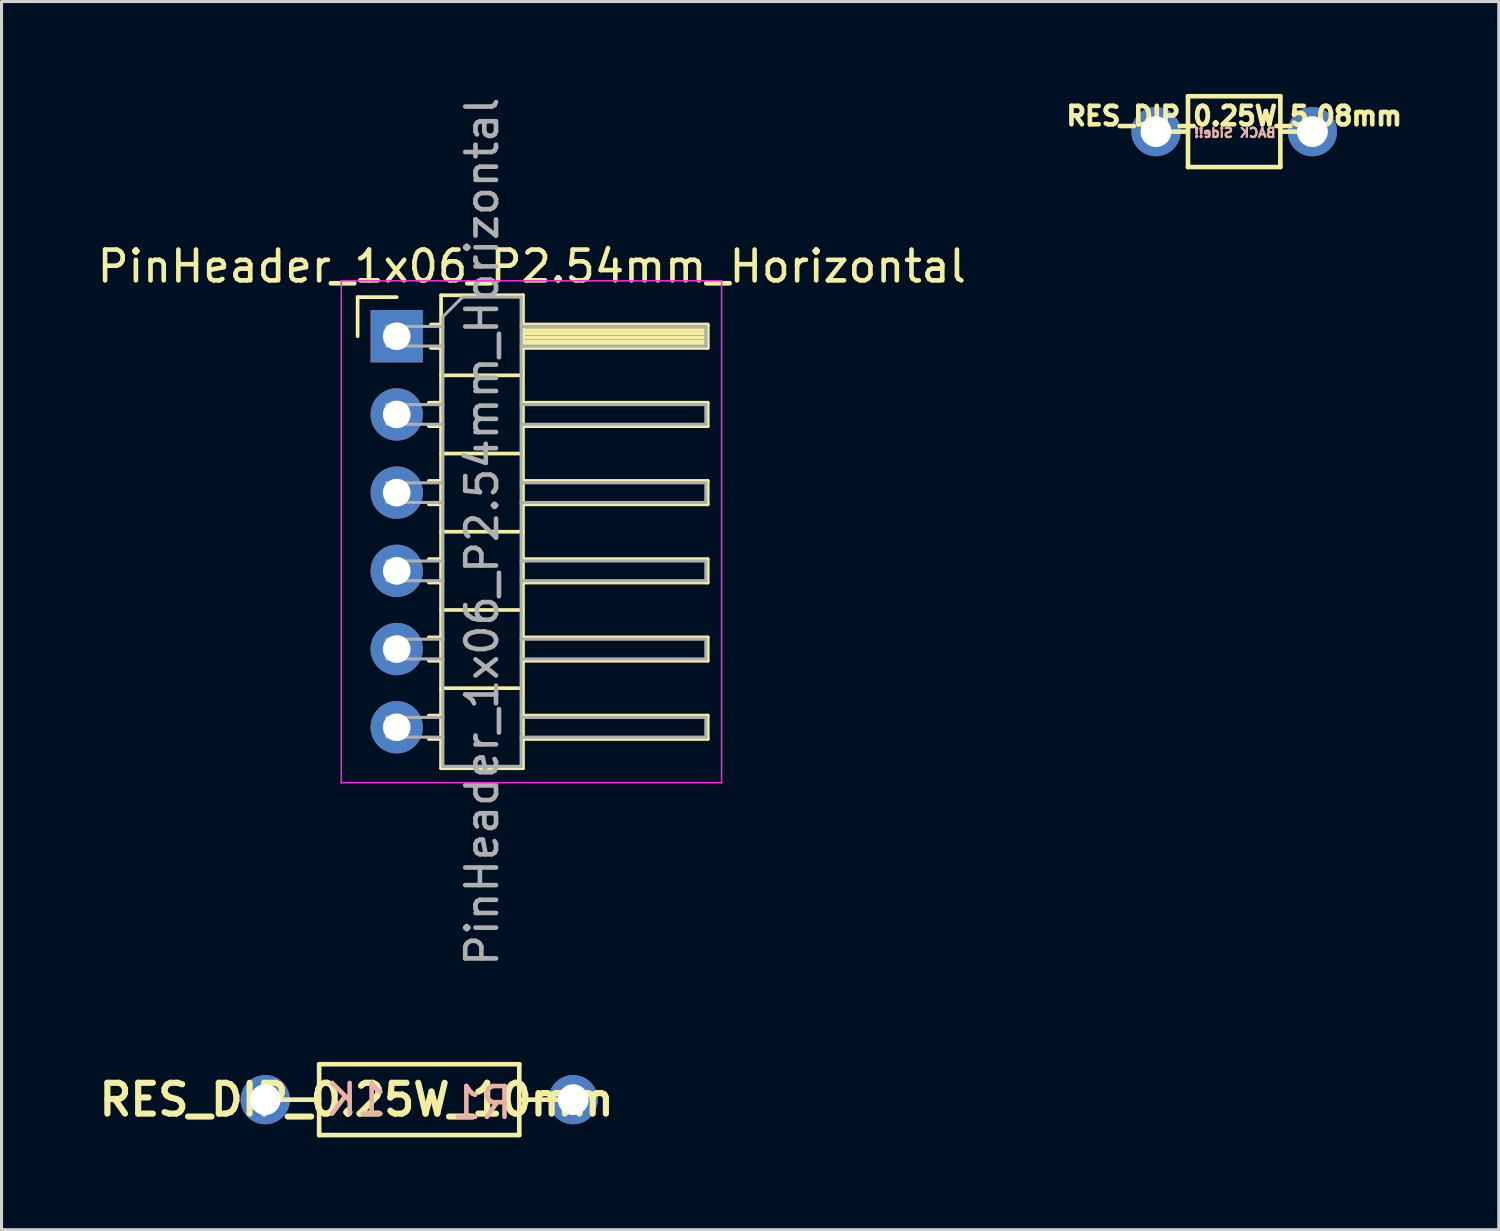
<source format=kicad_pcb>
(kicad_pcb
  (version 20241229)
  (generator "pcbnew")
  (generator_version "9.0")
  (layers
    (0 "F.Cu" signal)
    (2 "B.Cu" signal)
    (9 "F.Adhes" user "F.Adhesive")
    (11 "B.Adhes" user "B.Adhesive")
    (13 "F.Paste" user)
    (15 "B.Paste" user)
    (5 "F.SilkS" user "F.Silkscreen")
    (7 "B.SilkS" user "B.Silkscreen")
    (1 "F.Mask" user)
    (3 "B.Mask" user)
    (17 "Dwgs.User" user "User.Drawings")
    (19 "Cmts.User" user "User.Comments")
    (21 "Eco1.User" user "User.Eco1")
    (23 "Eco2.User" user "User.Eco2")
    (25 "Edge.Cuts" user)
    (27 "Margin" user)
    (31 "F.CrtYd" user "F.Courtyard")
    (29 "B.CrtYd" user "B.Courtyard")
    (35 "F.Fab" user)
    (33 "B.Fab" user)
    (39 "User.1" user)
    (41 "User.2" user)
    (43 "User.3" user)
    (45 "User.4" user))
  (footprint "RES_DIP_0.25W_5.08mm"
    (layer "F.Cu")
    (at 37.034 1.225)
    (property "Reference" "RES_DIP_0.25W_5.08mm" (at 0 -0.508 0) (layer "F.SilkS") (effects (font (size 0.6 0.6) (thickness 0.15))))
    (attr through_hole)
    (fp_line (start -1.5 -1.15) (end -1.5 1.15) (stroke (width 0.15) (type solid)) (layer "F.SilkS"))
    (fp_line (start -1.5 -1.15) (end 1.5 -1.15) (stroke (width 0.15) (type solid)) (layer "F.SilkS"))
    (fp_line (start -1.5 0) (end -2.54 0) (stroke (width 0.15) (type solid)) (layer "F.SilkS"))
    (fp_line (start 1.5 -1.15) (end 1.5 1.15) (stroke (width 0.15) (type solid)) (layer "F.SilkS"))
    (fp_line (start 1.5 1.15) (end -1.5 1.15) (stroke (width 0.15) (type solid)) (layer "F.SilkS"))
    (fp_line (start 2.54 0) (end 1.5 0) (stroke (width 0.15) (type solid)) (layer "F.SilkS"))
    (fp_text user "BACK Side!!" (at 0.025 0.038 0) (unlocked yes) (layer "B.SilkS") (effects (font (size 0.3 0.3) (thickness 0.075)) (justify mirror)))
    (pad "1" thru_hole circle (at -2.54 0) (size 1.6 1.6) (drill 1) (layers "*.Cu" "*.Mask"))
    (pad "2" thru_hole circle (at 2.54 0) (size 1.6 1.6) (drill 1) (layers "*.Cu" "*.Mask")))
  (footprint "RES_DIP_0.25W_10mm"
    (layer "F.Cu")
    (at 10.565 32.665)
    (property "Reference" "RES_DIP_0.25W_10mm" (at -2.032 0 0) (layer "F.SilkS") (effects (font (size 1 1) (thickness 0.2))))
    (attr through_hole)
    (fp_line (start -3.25 -1.15) (end -3.25 1.15) (stroke (width 0.15) (type solid)) (layer "F.SilkS"))
    (fp_line (start -3.25 -1.15) (end 3.25 -1.15) (stroke (width 0.15) (type solid)) (layer "F.SilkS"))
    (fp_line (start -3.25 0) (end -5 0) (stroke (width 0.15) (type solid)) (layer "F.SilkS"))
    (fp_line (start 3.25 -1.15) (end 3.25 1.15) (stroke (width 0.15) (type solid)) (layer "F.SilkS"))
    (fp_line (start 3.25 1.15) (end -3.25 1.15) (stroke (width 0.15) (type solid)) (layer "F.SilkS"))
    (fp_line (start 5 0) (end 3.25 0) (stroke (width 0.15) (type solid)) (layer "F.SilkS"))
    (fp_text user "R1" (at 2.032 0.102 0) (layer "B.SilkS") (effects (font (size 1 1) (thickness 0.15)) (justify mirror)))
    (fp_text user "1K" (at -2.045 0 0) (layer "B.SilkS") (effects (font (size 1 1) (thickness 0.15)) (justify mirror)))
    (pad "1" thru_hole circle (at -5 0) (size 1.6 1.6) (drill 1) (layers "*.Cu" "*.Mask"))
    (pad "2" thru_hole circle (at 5 0) (size 1.6 1.6) (drill 1) (layers "*.Cu" "*.Mask")))
  (footprint "PinHeader_1x06_P2.54mm_Horizontal"
    (layer "F.Cu")
    (at 9.835 7.87)
    (property "Reference" "PinHeader_1x06_P2.54mm_Horizontal" (at 4.385 -2.27 0) (layer "F.SilkS") (effects (font (size 1 1) (thickness 0.15))))
    (attr through_hole)
    (fp_line (start -1.27 -1.27) (end 0 -1.27) (stroke (width 0.12) (type solid)) (layer "F.SilkS"))
    (fp_line (start -1.27 0) (end -1.27 -1.27) (stroke (width 0.12) (type solid)) (layer "F.SilkS"))
    (fp_line (start 1.043 2.16) (end 1.44 2.16) (stroke (width 0.12) (type solid)) (layer "F.SilkS"))
    (fp_line (start 1.043 2.92) (end 1.44 2.92) (stroke (width 0.12) (type solid)) (layer "F.SilkS"))
    (fp_line (start 1.043 4.7) (end 1.44 4.7) (stroke (width 0.12) (type solid)) (layer "F.SilkS"))
    (fp_line (start 1.043 5.46) (end 1.44 5.46) (stroke (width 0.12) (type solid)) (layer "F.SilkS"))
    (fp_line (start 1.043 7.24) (end 1.44 7.24) (stroke (width 0.12) (type solid)) (layer "F.SilkS"))
    (fp_line (start 1.043 8) (end 1.44 8) (stroke (width 0.12) (type solid)) (layer "F.SilkS"))
    (fp_line (start 1.043 9.78) (end 1.44 9.78) (stroke (width 0.12) (type solid)) (layer "F.SilkS"))
    (fp_line (start 1.043 10.54) (end 1.44 10.54) (stroke (width 0.12) (type solid)) (layer "F.SilkS"))
    (fp_line (start 1.043 12.32) (end 1.44 12.32) (stroke (width 0.12) (type solid)) (layer "F.SilkS"))
    (fp_line (start 1.043 13.08) (end 1.44 13.08) (stroke (width 0.12) (type solid)) (layer "F.SilkS"))
    (fp_line (start 1.11 -0.38) (end 1.44 -0.38) (stroke (width 0.12) (type solid)) (layer "F.SilkS"))
    (fp_line (start 1.11 0.38) (end 1.44 0.38) (stroke (width 0.12) (type solid)) (layer "F.SilkS"))
    (fp_line (start 1.44 -1.33) (end 1.44 14.03) (stroke (width 0.12) (type solid)) (layer "F.SilkS"))
    (fp_line (start 1.44 1.27) (end 4.1 1.27) (stroke (width 0.12) (type solid)) (layer "F.SilkS"))
    (fp_line (start 1.44 3.81) (end 4.1 3.81) (stroke (width 0.12) (type solid)) (layer "F.SilkS"))
    (fp_line (start 1.44 6.35) (end 4.1 6.35) (stroke (width 0.12) (type solid)) (layer "F.SilkS"))
    (fp_line (start 1.44 8.89) (end 4.1 8.89) (stroke (width 0.12) (type solid)) (layer "F.SilkS"))
    (fp_line (start 1.44 11.43) (end 4.1 11.43) (stroke (width 0.12) (type solid)) (layer "F.SilkS"))
    (fp_line (start 1.44 14.03) (end 4.1 14.03) (stroke (width 0.12) (type solid)) (layer "F.SilkS"))
    (fp_line (start 4.1 -1.33) (end 1.44 -1.33) (stroke (width 0.12) (type solid)) (layer "F.SilkS"))
    (fp_line (start 4.1 -0.38) (end 10.1 -0.38) (stroke (width 0.12) (type solid)) (layer "F.SilkS"))
    (fp_line (start 4.1 -0.32) (end 10.1 -0.32) (stroke (width 0.12) (type solid)) (layer "F.SilkS"))
    (fp_line (start 4.1 -0.2) (end 10.1 -0.2) (stroke (width 0.12) (type solid)) (layer "F.SilkS"))
    (fp_line (start 4.1 -0.08) (end 10.1 -0.08) (stroke (width 0.12) (type solid)) (layer "F.SilkS"))
    (fp_line (start 4.1 0.04) (end 10.1 0.04) (stroke (width 0.12) (type solid)) (layer "F.SilkS"))
    (fp_line (start 4.1 0.16) (end 10.1 0.16) (stroke (width 0.12) (type solid)) (layer "F.SilkS"))
    (fp_line (start 4.1 0.28) (end 10.1 0.28) (stroke (width 0.12) (type solid)) (layer "F.SilkS"))
    (fp_line (start 4.1 2.16) (end 10.1 2.16) (stroke (width 0.12) (type solid)) (layer "F.SilkS"))
    (fp_line (start 4.1 4.7) (end 10.1 4.7) (stroke (width 0.12) (type solid)) (layer "F.SilkS"))
    (fp_line (start 4.1 7.24) (end 10.1 7.24) (stroke (width 0.12) (type solid)) (layer "F.SilkS"))
    (fp_line (start 4.1 9.78) (end 10.1 9.78) (stroke (width 0.12) (type solid)) (layer "F.SilkS"))
    (fp_line (start 4.1 12.32) (end 10.1 12.32) (stroke (width 0.12) (type solid)) (layer "F.SilkS"))
    (fp_line (start 4.1 14.03) (end 4.1 -1.33) (stroke (width 0.12) (type solid)) (layer "F.SilkS"))
    (fp_line (start 10.1 -0.38) (end 10.1 0.38) (stroke (width 0.12) (type solid)) (layer "F.SilkS"))
    (fp_line (start 10.1 0.38) (end 4.1 0.38) (stroke (width 0.12) (type solid)) (layer "F.SilkS"))
    (fp_line (start 10.1 2.16) (end 10.1 2.92) (stroke (width 0.12) (type solid)) (layer "F.SilkS"))
    (fp_line (start 10.1 2.92) (end 4.1 2.92) (stroke (width 0.12) (type solid)) (layer "F.SilkS"))
    (fp_line (start 10.1 4.7) (end 10.1 5.46) (stroke (width 0.12) (type solid)) (layer "F.SilkS"))
    (fp_line (start 10.1 5.46) (end 4.1 5.46) (stroke (width 0.12) (type solid)) (layer "F.SilkS"))
    (fp_line (start 10.1 7.24) (end 10.1 8) (stroke (width 0.12) (type solid)) (layer "F.SilkS"))
    (fp_line (start 10.1 8) (end 4.1 8) (stroke (width 0.12) (type solid)) (layer "F.SilkS"))
    (fp_line (start 10.1 9.78) (end 10.1 10.54) (stroke (width 0.12) (type solid)) (layer "F.SilkS"))
    (fp_line (start 10.1 10.54) (end 4.1 10.54) (stroke (width 0.12) (type solid)) (layer "F.SilkS"))
    (fp_line (start 10.1 12.32) (end 10.1 13.08) (stroke (width 0.12) (type solid)) (layer "F.SilkS"))
    (fp_line (start 10.1 13.08) (end 4.1 13.08) (stroke (width 0.12) (type solid)) (layer "F.SilkS"))
    (fp_line (start -1.8 -1.8) (end -1.8 14.5) (stroke (width 0.05) (type solid)) (layer "F.CrtYd"))
    (fp_line (start -1.8 14.5) (end 10.55 14.5) (stroke (width 0.05) (type solid)) (layer "F.CrtYd"))
    (fp_line (start 10.55 -1.8) (end -1.8 -1.8) (stroke (width 0.05) (type solid)) (layer "F.CrtYd"))
    (fp_line (start 10.55 14.5) (end 10.55 -1.8) (stroke (width 0.05) (type solid)) (layer "F.CrtYd"))
    (fp_line (start -0.32 -0.32) (end -0.32 0.32) (stroke (width 0.1) (type solid)) (layer "F.Fab"))
    (fp_line (start -0.32 -0.32) (end 1.5 -0.32) (stroke (width 0.1) (type solid)) (layer "F.Fab"))
    (fp_line (start -0.32 0.32) (end 1.5 0.32) (stroke (width 0.1) (type solid)) (layer "F.Fab"))
    (fp_line (start -0.32 2.22) (end -0.32 2.86) (stroke (width 0.1) (type solid)) (layer "F.Fab"))
    (fp_line (start -0.32 2.22) (end 1.5 2.22) (stroke (width 0.1) (type solid)) (layer "F.Fab"))
    (fp_line (start -0.32 2.86) (end 1.5 2.86) (stroke (width 0.1) (type solid)) (layer "F.Fab"))
    (fp_line (start -0.32 4.76) (end -0.32 5.4) (stroke (width 0.1) (type solid)) (layer "F.Fab"))
    (fp_line (start -0.32 4.76) (end 1.5 4.76) (stroke (width 0.1) (type solid)) (layer "F.Fab"))
    (fp_line (start -0.32 5.4) (end 1.5 5.4) (stroke (width 0.1) (type solid)) (layer "F.Fab"))
    (fp_line (start -0.32 7.3) (end -0.32 7.94) (stroke (width 0.1) (type solid)) (layer "F.Fab"))
    (fp_line (start -0.32 7.3) (end 1.5 7.3) (stroke (width 0.1) (type solid)) (layer "F.Fab"))
    (fp_line (start -0.32 7.94) (end 1.5 7.94) (stroke (width 0.1) (type solid)) (layer "F.Fab"))
    (fp_line (start -0.32 9.84) (end -0.32 10.48) (stroke (width 0.1) (type solid)) (layer "F.Fab"))
    (fp_line (start -0.32 9.84) (end 1.5 9.84) (stroke (width 0.1) (type solid)) (layer "F.Fab"))
    (fp_line (start -0.32 10.48) (end 1.5 10.48) (stroke (width 0.1) (type solid)) (layer "F.Fab"))
    (fp_line (start -0.32 12.38) (end -0.32 13.02) (stroke (width 0.1) (type solid)) (layer "F.Fab"))
    (fp_line (start -0.32 12.38) (end 1.5 12.38) (stroke (width 0.1) (type solid)) (layer "F.Fab"))
    (fp_line (start -0.32 13.02) (end 1.5 13.02) (stroke (width 0.1) (type solid)) (layer "F.Fab"))
    (fp_line (start 1.5 -0.635) (end 2.135 -1.27) (stroke (width 0.1) (type solid)) (layer "F.Fab"))
    (fp_line (start 1.5 13.97) (end 1.5 -0.635) (stroke (width 0.1) (type solid)) (layer "F.Fab"))
    (fp_line (start 2.135 -1.27) (end 4.04 -1.27) (stroke (width 0.1) (type solid)) (layer "F.Fab"))
    (fp_line (start 4.04 -1.27) (end 4.04 13.97) (stroke (width 0.1) (type solid)) (layer "F.Fab"))
    (fp_line (start 4.04 -0.32) (end 10.04 -0.32) (stroke (width 0.1) (type solid)) (layer "F.Fab"))
    (fp_line (start 4.04 0.32) (end 10.04 0.32) (stroke (width 0.1) (type solid)) (layer "F.Fab"))
    (fp_line (start 4.04 2.22) (end 10.04 2.22) (stroke (width 0.1) (type solid)) (layer "F.Fab"))
    (fp_line (start 4.04 2.86) (end 10.04 2.86) (stroke (width 0.1) (type solid)) (layer "F.Fab"))
    (fp_line (start 4.04 4.76) (end 10.04 4.76) (stroke (width 0.1) (type solid)) (layer "F.Fab"))
    (fp_line (start 4.04 5.4) (end 10.04 5.4) (stroke (width 0.1) (type solid)) (layer "F.Fab"))
    (fp_line (start 4.04 7.3) (end 10.04 7.3) (stroke (width 0.1) (type solid)) (layer "F.Fab"))
    (fp_line (start 4.04 7.94) (end 10.04 7.94) (stroke (width 0.1) (type solid)) (layer "F.Fab"))
    (fp_line (start 4.04 9.84) (end 10.04 9.84) (stroke (width 0.1) (type solid)) (layer "F.Fab"))
    (fp_line (start 4.04 10.48) (end 10.04 10.48) (stroke (width 0.1) (type solid)) (layer "F.Fab"))
    (fp_line (start 4.04 12.38) (end 10.04 12.38) (stroke (width 0.1) (type solid)) (layer "F.Fab"))
    (fp_line (start 4.04 13.02) (end 10.04 13.02) (stroke (width 0.1) (type solid)) (layer "F.Fab"))
    (fp_line (start 4.04 13.97) (end 1.5 13.97) (stroke (width 0.1) (type solid)) (layer "F.Fab"))
    (fp_line (start 10.04 -0.32) (end 10.04 0.32) (stroke (width 0.1) (type solid)) (layer "F.Fab"))
    (fp_line (start 10.04 2.22) (end 10.04 2.86) (stroke (width 0.1) (type solid)) (layer "F.Fab"))
    (fp_line (start 10.04 4.76) (end 10.04 5.4) (stroke (width 0.1) (type solid)) (layer "F.Fab"))
    (fp_line (start 10.04 7.3) (end 10.04 7.94) (stroke (width 0.1) (type solid)) (layer "F.Fab"))
    (fp_line (start 10.04 9.84) (end 10.04 10.48) (stroke (width 0.1) (type solid)) (layer "F.Fab"))
    (fp_line (start 10.04 12.38) (end 10.04 13.02) (stroke (width 0.1) (type solid)) (layer "F.Fab"))
    (fp_text user "${REFERENCE}" (at 2.77 6.35 90) (layer "F.Fab") (effects (font (size 1 1) (thickness 0.15))))
    (pad "1" thru_hole rect (at 0 0) (size 1.7 1.7) (drill 0.9) (layers "*.Cu" "*.Mask"))
    (pad "2" thru_hole oval (at 0 2.54) (size 1.7 1.7) (drill 0.9) (layers "*.Cu" "*.Mask"))
    (pad "3" thru_hole oval (at 0 5.08) (size 1.7 1.7) (drill 0.9) (layers "*.Cu" "*.Mask"))
    (pad "4" thru_hole oval (at 0 7.62) (size 1.7 1.7) (drill 0.9) (layers "*.Cu" "*.Mask"))
    (pad "5" thru_hole oval (at 0 10.16) (size 1.7 1.7) (drill 0.9) (layers "*.Cu" "*.Mask"))
    (pad "6" thru_hole oval (at 0 12.7) (size 1.7 1.7) (drill 0.9) (layers "*.Cu" "*.Mask")))
  (gr_rect
    (start -3 -3)
    (end 45.628 36.89)
    (stroke (width 0.1) (type default))
    (fill no)
    (layer "Edge.Cuts")))
</source>
